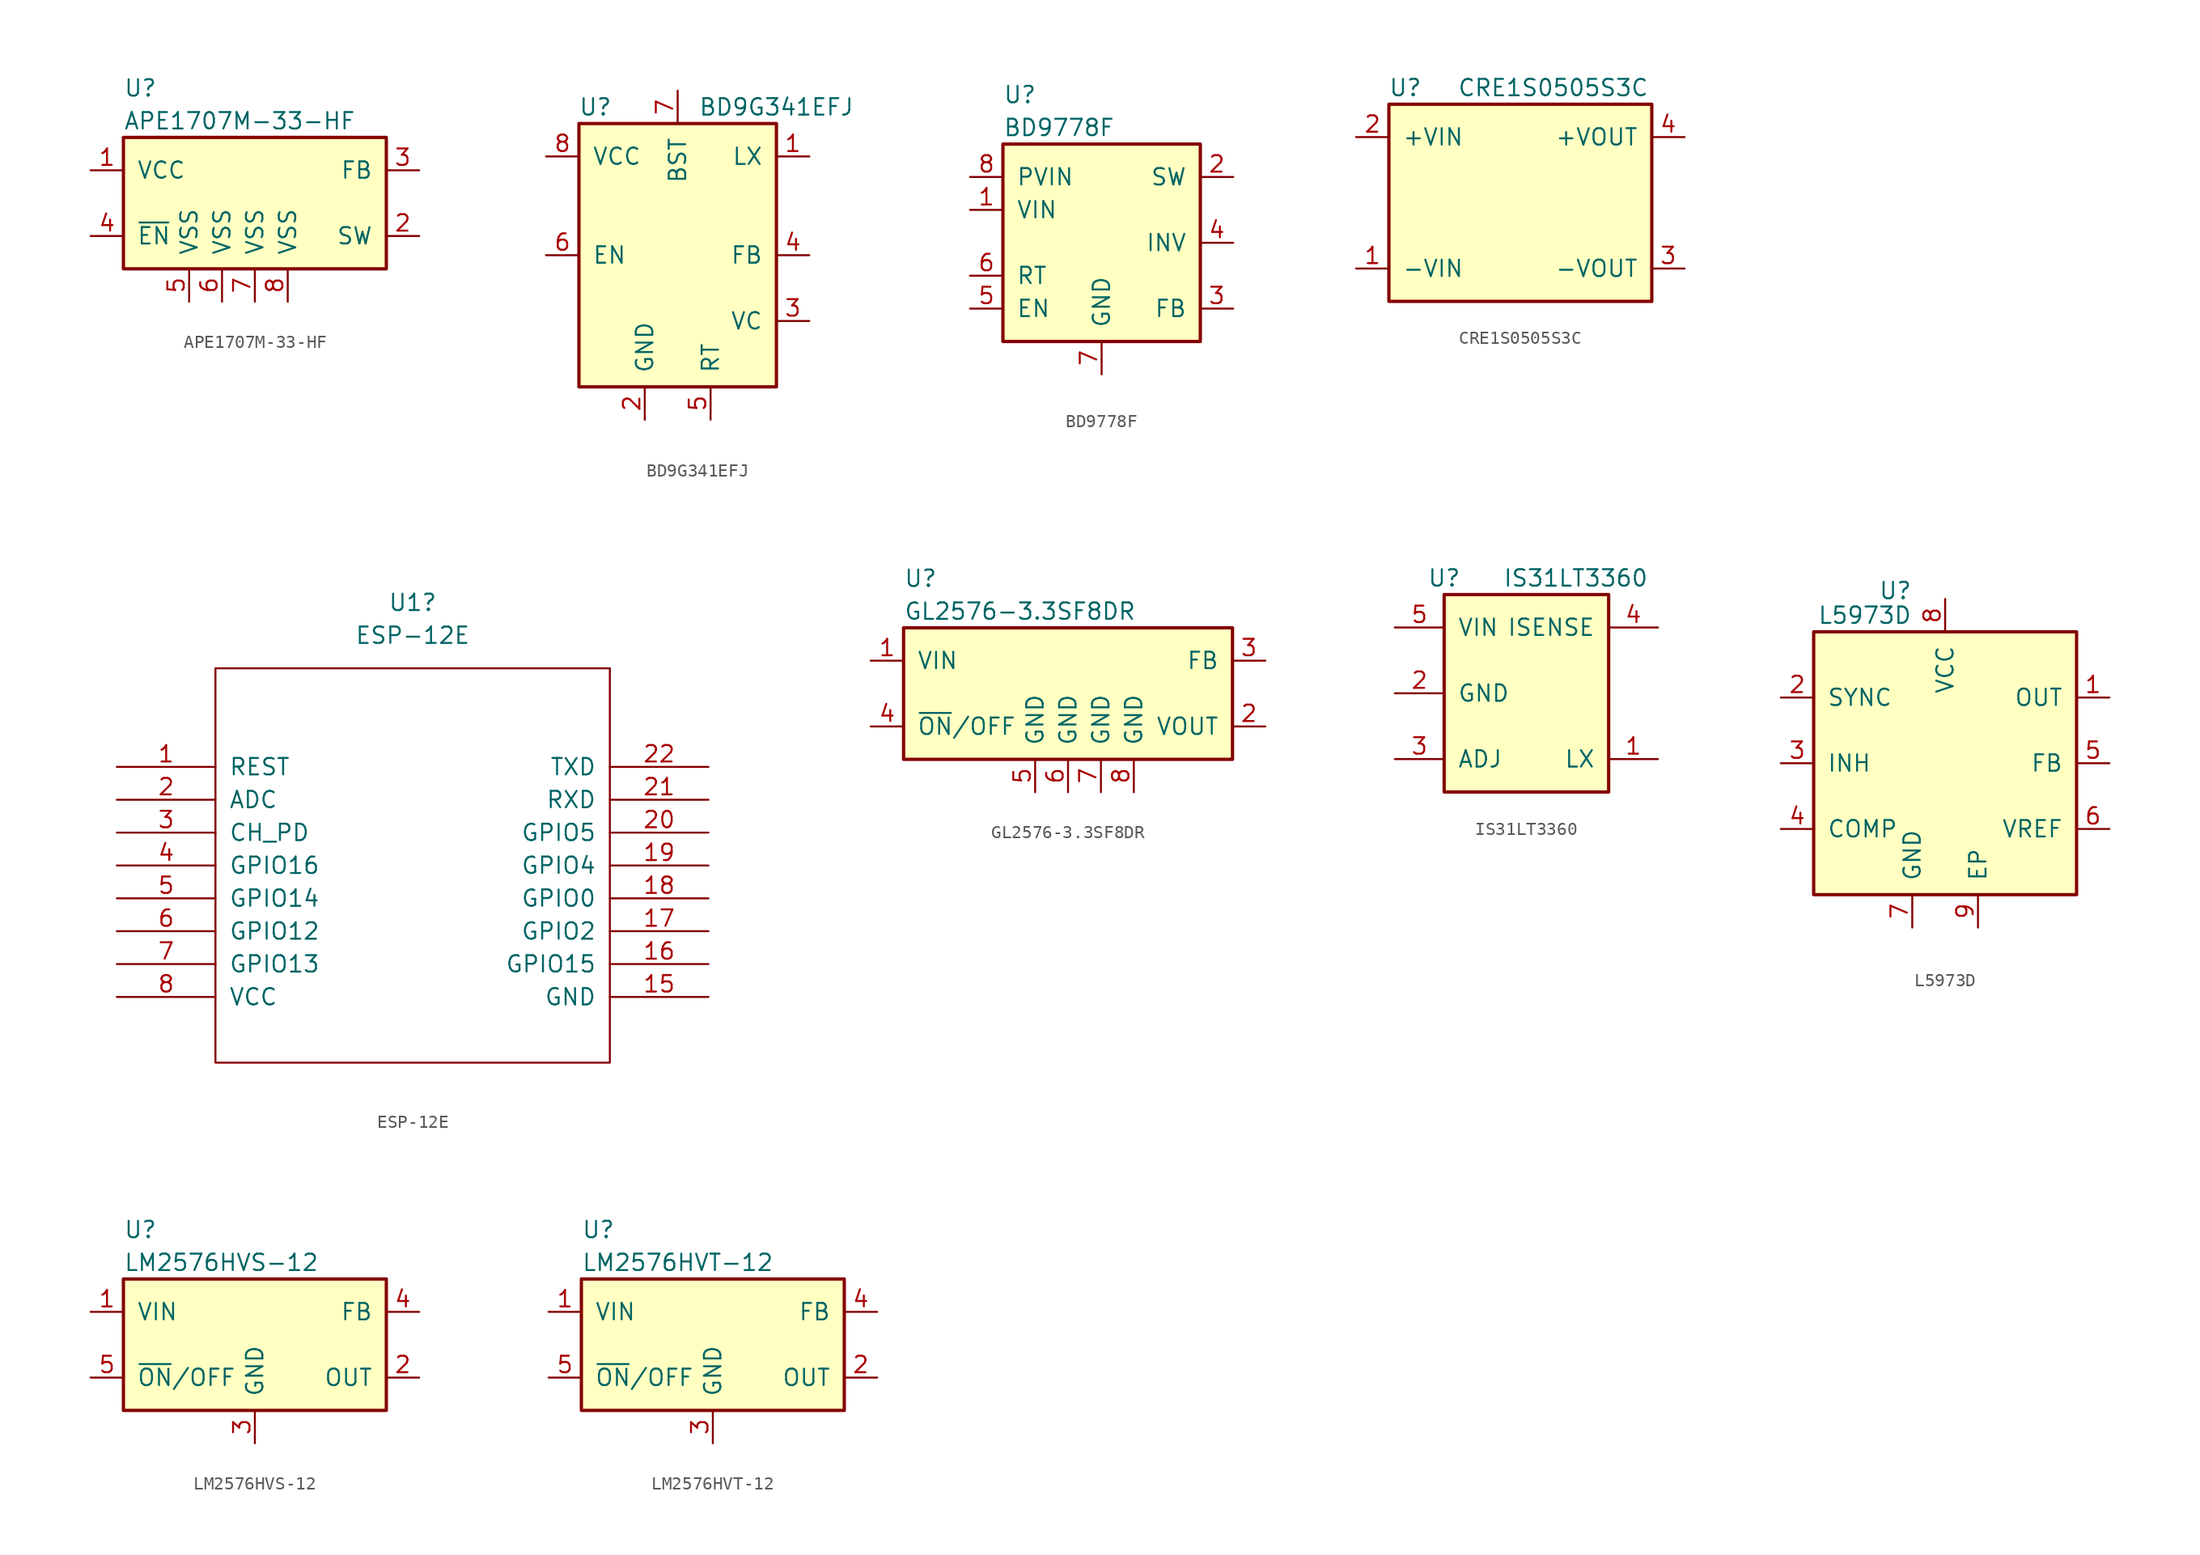
<source format=kicad_sym>
(kicad_symbol_lib
  (version 20211014)
  (generator kicad_symbol_editor)
  (symbol "APE1707M-33-HF"
    (pin_names
      (offset 1.016))
    (property "Reference" "U"
      (at -10.16 8.89 0)
      (effects (font (size 1.27 1.27)) (justify left)))
    (property "Value" "APE1707M-33-HF"
      (at -10.16 6.35 0)
      (effects (font (size 1.27 1.27)) (justify left)))
    (symbol "APE1707M-33-HF_0_1"
      (rectangle (start -10.16 5.08) (end 10.16 -5.08) (stroke (width 0.254) (type default) (color 0 0 0 0)) (fill (type background))))
    (symbol "APE1707M-33-HF_1_1"
      (pin power_in line (at -12.7 2.54 0) (length 2.54) (name "VCC" (effects (font (size 1.27 1.27)))) (number "1" (effects (font (size 1.27 1.27)))))
      (pin output line (at 12.7 -2.54 180) (length 2.54) (name "SW" (effects (font (size 1.27 1.27)))) (number "2" (effects (font (size 1.27 1.27)))))
      (pin input line (at 12.7 2.54 180) (length 2.54) (name "FB" (effects (font (size 1.27 1.27)))) (number "3" (effects (font (size 1.27 1.27)))))
      (pin input line (at -12.7 -2.54 0) (length 2.54) (name "~{EN}" (effects (font (size 1.27 1.27)))) (number "4" (effects (font (size 1.27 1.27)))))
      (pin power_in line (at -5.08 -7.62 90) (length 2.54) (name "VSS" (effects (font (size 1.27 1.27)))) (number "5" (effects (font (size 1.27 1.27)))))
      (pin power_in line (at -2.54 -7.62 90) (length 2.54) (name "VSS" (effects (font (size 1.27 1.27)))) (number "6" (effects (font (size 1.27 1.27)))))
      (pin power_in line (at 0 -7.62 90) (length 2.54) (name "VSS" (effects (font (size 1.27 1.27)))) (number "7" (effects (font (size 1.27 1.27)))))
      (pin power_in line (at 2.54 -7.62 90) (length 2.54) (name "VSS" (effects (font (size 1.27 1.27)))) (number "8" (effects (font (size 1.27 1.27)))))))
  (symbol "BD9G341EFJ"
    (pin_names
      (offset 1.016))
    (property "Reference" "U"
      (at -6.35 11.43 0)
      (effects (font (size 1.27 1.27))))
    (property "Value" "BD9G341EFJ"
      (at 7.62 11.43 0)
      (effects (font (size 1.27 1.27))))
    (symbol "BD9G341EFJ_0_1"
      (rectangle (start -7.62 10.16) (end 7.62 -10.16) (stroke (width 0.254) (type default) (color 0 0 0 0)) (fill (type background))))
    (symbol "BD9G341EFJ_1_1"
      (pin passive line (at 10.16 7.62 180) (length 2.54) (name "LX" (effects (font (size 1.27 1.27)))) (number "1" (effects (font (size 1.27 1.27)))))
      (pin power_in line (at -2.54 -12.7 90) (length 2.54) (name "GND" (effects (font (size 1.27 1.27)))) (number "2" (effects (font (size 1.27 1.27)))))
      (pin output line (at 10.16 -5.08 180) (length 2.54) (name "VC" (effects (font (size 1.27 1.27)))) (number "3" (effects (font (size 1.27 1.27)))))
      (pin input line (at 10.16 0 180) (length 2.54) (name "FB" (effects (font (size 1.27 1.27)))) (number "4" (effects (font (size 1.27 1.27)))))
      (pin input line (at 2.54 -12.7 90) (length 2.54) (name "RT" (effects (font (size 1.27 1.27)))) (number "5" (effects (font (size 1.27 1.27)))))
      (pin input line (at -10.16 0 0) (length 2.54) (name "EN" (effects (font (size 1.27 1.27)))) (number "6" (effects (font (size 1.27 1.27)))))
      (pin input line (at 0 12.7 270) (length 2.54) (name "BST" (effects (font (size 1.27 1.27)))) (number "7" (effects (font (size 1.27 1.27)))))
      (pin power_in line (at -10.16 7.62 0) (length 2.54) (name "VCC" (effects (font (size 1.27 1.27)))) (number "8" (effects (font (size 1.27 1.27)))))))
  (symbol "BD9778F"
    (pin_names
      (offset 1.016))
    (property "Reference" "U"
      (at -7.62 11.43 0)
      (effects (font (size 1.27 1.27)) (justify left)))
    (property "Value" "BD9778F"
      (at -7.62 8.89 0)
      (effects (font (size 1.27 1.27)) (justify left)))
    (symbol "BD9778F_0_1"
      (rectangle (start -7.62 7.62) (end 7.62 -7.62) (stroke (width 0.254) (type default) (color 0 0 0 0)) (fill (type background))))
    (symbol "BD9778F_1_1"
      (pin power_in line (at -10.16 2.54 0) (length 2.54) (name "VIN" (effects (font (size 1.27 1.27)))) (number "1" (effects (font (size 1.27 1.27)))))
      (pin output line (at 10.16 5.08 180) (length 2.54) (name "SW" (effects (font (size 1.27 1.27)))) (number "2" (effects (font (size 1.27 1.27)))))
      (pin passive line (at 10.16 -5.08 180) (length 2.54) (name "FB" (effects (font (size 1.27 1.27)))) (number "3" (effects (font (size 1.27 1.27)))))
      (pin input line (at 10.16 0 180) (length 2.54) (name "INV" (effects (font (size 1.27 1.27)))) (number "4" (effects (font (size 1.27 1.27)))))
      (pin passive line (at -10.16 -5.08 0) (length 2.54) (name "EN" (effects (font (size 1.27 1.27)))) (number "5" (effects (font (size 1.27 1.27)))))
      (pin passive line (at -10.16 -2.54 0) (length 2.54) (name "RT" (effects (font (size 1.27 1.27)))) (number "6" (effects (font (size 1.27 1.27)))))
      (pin power_in line (at 0 -10.16 90) (length 2.54) (name "GND" (effects (font (size 1.27 1.27)))) (number "7" (effects (font (size 1.27 1.27)))))
      (pin power_in line (at -10.16 5.08 0) (length 2.54) (name "PVIN" (effects (font (size 1.27 1.27)))) (number "8" (effects (font (size 1.27 1.27)))))))
  (symbol "CRE1S0505S3C"
    (pin_names
      (offset 1.016))
    (property "Reference" "U"
      (at -8.89 8.89 0)
      (effects (font (size 1.27 1.27))))
    (property "Value" "CRE1S0505S3C"
      (at 2.54 8.89 0)
      (effects (font (size 1.27 1.27))))
    (symbol "CRE1S0505S3C_0_1"
      (rectangle (start -10.16 7.62) (end 10.16 -7.62) (stroke (width 0.254) (type default) (color 0 0 0 0)) (fill (type background))))
    (symbol "CRE1S0505S3C_1_1"
      (pin power_in line (at -12.7 -5.08 0) (length 2.54) (name "-VIN" (effects (font (size 1.27 1.27)))) (number "1" (effects (font (size 1.27 1.27)))))
      (pin power_in line (at -12.7 5.08 0) (length 2.54) (name "+VIN" (effects (font (size 1.27 1.27)))) (number "2" (effects (font (size 1.27 1.27)))))
      (pin power_out line (at 12.7 -5.08 180) (length 2.54) (name "-VOUT" (effects (font (size 1.27 1.27)))) (number "3" (effects (font (size 1.27 1.27)))))
      (pin power_out line (at 12.7 5.08 180) (length 2.54) (name "+VOUT" (effects (font (size 1.27 1.27)))) (number "4" (effects (font (size 1.27 1.27)))))))
  (symbol "ESP-12E"
    (pin_names
      (offset 1.016))
    (property "Reference" "U1"
      (at 0 20.32 0)
      (effects (font (size 1.27 1.27))))
    (property "Value" "ESP-12E"
      (at 0 17.78 0)
      (effects (font (size 1.27 1.27))))
    (symbol "ESP-12E_1_0"
      (rectangle (start -15.24 -15.24) (end 15.24 15.24) (stroke (width 0) (type default) (color 0 0 0 0)) (fill (type none))))
    (symbol "ESP-12E_1_1"
      (pin input line (at -22.86 7.62 0) (length 7.62) (name "REST" (effects (font (size 1.27 1.27)))) (number "1" (effects (font (size 1.27 1.27)))))
      (pin power_in line (at 22.86 -10.16 180) (length 7.62) (name "GND" (effects (font (size 1.27 1.27)))) (number "15" (effects (font (size 1.27 1.27)))))
      (pin bidirectional line (at 22.86 -7.62 180) (length 7.62) (name "GPIO15" (effects (font (size 1.27 1.27)))) (number "16" (effects (font (size 1.27 1.27)))))
      (pin bidirectional line (at 22.86 -5.08 180) (length 7.62) (name "GPIO2" (effects (font (size 1.27 1.27)))) (number "17" (effects (font (size 1.27 1.27)))))
      (pin bidirectional line (at 22.86 -2.54 180) (length 7.62) (name "GPIO0" (effects (font (size 1.27 1.27)))) (number "18" (effects (font (size 1.27 1.27)))))
      (pin bidirectional line (at 22.86 0 180) (length 7.62) (name "GPIO4" (effects (font (size 1.27 1.27)))) (number "19" (effects (font (size 1.27 1.27)))))
      (pin passive line (at -22.86 5.08 0) (length 7.62) (name "ADC" (effects (font (size 1.27 1.27)))) (number "2" (effects (font (size 1.27 1.27)))))
      (pin bidirectional line (at 22.86 2.54 180) (length 7.62) (name "GPIO5" (effects (font (size 1.27 1.27)))) (number "20" (effects (font (size 1.27 1.27)))))
      (pin input line (at 22.86 5.08 180) (length 7.62) (name "RXD" (effects (font (size 1.27 1.27)))) (number "21" (effects (font (size 1.27 1.27)))))
      (pin output line (at 22.86 7.62 180) (length 7.62) (name "TXD" (effects (font (size 1.27 1.27)))) (number "22" (effects (font (size 1.27 1.27)))))
      (pin input line (at -22.86 2.54 0) (length 7.62) (name "CH_PD" (effects (font (size 1.27 1.27)))) (number "3" (effects (font (size 1.27 1.27)))))
      (pin bidirectional line (at -22.86 0 0) (length 7.62) (name "GPIO16" (effects (font (size 1.27 1.27)))) (number "4" (effects (font (size 1.27 1.27)))))
      (pin bidirectional line (at -22.86 -2.54 0) (length 7.62) (name "GPIO14" (effects (font (size 1.27 1.27)))) (number "5" (effects (font (size 1.27 1.27)))))
      (pin bidirectional line (at -22.86 -5.08 0) (length 7.62) (name "GPIO12" (effects (font (size 1.27 1.27)))) (number "6" (effects (font (size 1.27 1.27)))))
      (pin bidirectional line (at -22.86 -7.62 0) (length 7.62) (name "GPIO13" (effects (font (size 1.27 1.27)))) (number "7" (effects (font (size 1.27 1.27)))))
      (pin power_in line (at -22.86 -10.16 0) (length 7.62) (name "VCC" (effects (font (size 1.27 1.27)))) (number "8" (effects (font (size 1.27 1.27)))))))
  (symbol "GL2576-3.3SF8DR"
    (pin_names
      (offset 1.016))
    (property "Reference" "U"
      (at -12.7 8.89 0)
      (effects (font (size 1.27 1.27)) (justify left)))
    (property "Value" "GL2576-3.3SF8DR"
      (at -12.7 6.35 0)
      (effects (font (size 1.27 1.27)) (justify left)))
    (symbol "GL2576-3.3SF8DR_0_1"
      (rectangle (start -12.7 5.08) (end 12.7 -5.08) (stroke (width 0.254) (type default) (color 0 0 0 0)) (fill (type background))))
    (symbol "GL2576-3.3SF8DR_1_1"
      (pin power_in line (at -15.24 2.54 0) (length 2.54) (name "VIN" (effects (font (size 1.27 1.27)))) (number "1" (effects (font (size 1.27 1.27)))))
      (pin passive line (at 15.24 -2.54 180) (length 2.54) (name "VOUT" (effects (font (size 1.27 1.27)))) (number "2" (effects (font (size 1.27 1.27)))))
      (pin passive line (at 15.24 2.54 180) (length 2.54) (name "FB" (effects (font (size 1.27 1.27)))) (number "3" (effects (font (size 1.27 1.27)))))
      (pin input line (at -15.24 -2.54 0) (length 2.54) (name "~{ON}/OFF" (effects (font (size 1.27 1.27)))) (number "4" (effects (font (size 1.27 1.27)))))
      (pin power_in line (at -2.54 -7.62 90) (length 2.54) (name "GND" (effects (font (size 1.27 1.27)))) (number "5" (effects (font (size 1.27 1.27)))))
      (pin power_in line (at 0 -7.62 90) (length 2.54) (name "GND" (effects (font (size 1.27 1.27)))) (number "6" (effects (font (size 1.27 1.27)))))
      (pin power_in line (at 2.54 -7.62 90) (length 2.54) (name "GND" (effects (font (size 1.27 1.27)))) (number "7" (effects (font (size 1.27 1.27)))))
      (pin power_in line (at 5.08 -7.62 90) (length 2.54) (name "GND" (effects (font (size 1.27 1.27)))) (number "8" (effects (font (size 1.27 1.27)))))))
  (symbol "IS31LT3360"
    (pin_names
      (offset 1.016))
    (property "Reference" "U"
      (at -6.35 8.89 0)
      (effects (font (size 1.27 1.27))))
    (property "Value" "IS31LT3360"
      (at 3.81 8.89 0)
      (effects (font (size 1.27 1.27))))
    (symbol "IS31LT3360_0_1"
      (rectangle (start -6.35 7.62) (end 6.35 -7.62) (stroke (width 0.254) (type default) (color 0 0 0 0)) (fill (type background))))
    (symbol "IS31LT3360_1_1"
      (pin open_collector line (at 10.16 -5.08 180) (length 3.81) (name "LX" (effects (font (size 1.27 1.27)))) (number "1" (effects (font (size 1.27 1.27)))))
      (pin power_in line (at -10.16 0 0) (length 3.81) (name "GND" (effects (font (size 1.27 1.27)))) (number "2" (effects (font (size 1.27 1.27)))))
      (pin input line (at -10.16 -5.08 0) (length 3.81) (name "ADJ" (effects (font (size 1.27 1.27)))) (number "3" (effects (font (size 1.27 1.27)))))
      (pin input line (at 10.16 5.08 180) (length 3.81) (name "ISENSE" (effects (font (size 1.27 1.27)))) (number "4" (effects (font (size 1.27 1.27)))))
      (pin power_in line (at -10.16 5.08 0) (length 3.81) (name "VIN" (effects (font (size 1.27 1.27)))) (number "5" (effects (font (size 1.27 1.27)))))))
  (symbol "L5973D"
    (pin_names
      (offset 1.016))
    (property "Reference" "U"
      (at -2.54 13.335 0)
      (effects (font (size 1.27 1.27)) (justify right)))
    (property "Value" "L5973D"
      (at -2.54 11.43 0)
      (effects (font (size 1.27 1.27)) (justify right)))
    (symbol "L5973D_0_1"
      (rectangle (start -10.16 10.16) (end 10.16 -10.16) (stroke (width 0.254) (type default) (color 0 0 0 0)) (fill (type background))))
    (symbol "L5973D_1_1"
      (pin output line (at 12.7 5.08 180) (length 2.54) (name "OUT" (effects (font (size 1.27 1.27)))) (number "1" (effects (font (size 1.27 1.27)))))
      (pin bidirectional line (at -12.7 5.08 0) (length 2.54) (name "SYNC" (effects (font (size 1.27 1.27)))) (number "2" (effects (font (size 1.27 1.27)))))
      (pin input line (at -12.7 0 0) (length 2.54) (name "INH" (effects (font (size 1.27 1.27)))) (number "3" (effects (font (size 1.27 1.27)))))
      (pin passive line (at -12.7 -5.08 0) (length 2.54) (name "COMP" (effects (font (size 1.27 1.27)))) (number "4" (effects (font (size 1.27 1.27)))))
      (pin input line (at 12.7 0 180) (length 2.54) (name "FB" (effects (font (size 1.27 1.27)))) (number "5" (effects (font (size 1.27 1.27)))))
      (pin output line (at 12.7 -5.08 180) (length 2.54) (name "VREF" (effects (font (size 1.27 1.27)))) (number "6" (effects (font (size 1.27 1.27)))))
      (pin power_in line (at -2.54 -12.7 90) (length 2.54) (name "GND" (effects (font (size 1.27 1.27)))) (number "7" (effects (font (size 1.27 1.27)))))
      (pin power_in line (at 0 12.7 270) (length 2.54) (name "VCC" (effects (font (size 1.27 1.27)))) (number "8" (effects (font (size 1.27 1.27)))))
      (pin passive line (at 2.54 -12.7 90) (length 2.54) (name "EP" (effects (font (size 1.27 1.27)))) (number "9" (effects (font (size 1.27 1.27)))))))
  (symbol "LM2576HVS-12"
    (pin_names
      (offset 1.016))
    (property "Reference" "U"
      (at -10.16 8.89 0)
      (effects (font (size 1.27 1.27)) (justify left)))
    (property "Value" "LM2576HVS-12"
      (at -10.16 6.35 0)
      (effects (font (size 1.27 1.27)) (justify left)))
    (symbol "LM2576HVS-12_0_1"
      (rectangle (start -10.16 5.08) (end 10.16 -5.08) (stroke (width 0.254) (type default) (color 0 0 0 0)) (fill (type background))))
    (symbol "LM2576HVS-12_1_1"
      (pin power_in line (at -12.7 2.54 0) (length 2.54) (name "VIN" (effects (font (size 1.27 1.27)))) (number "1" (effects (font (size 1.27 1.27)))))
      (pin output line (at 12.7 -2.54 180) (length 2.54) (name "OUT" (effects (font (size 1.27 1.27)))) (number "2" (effects (font (size 1.27 1.27)))))
      (pin power_in line (at 0 -7.62 90) (length 2.54) (name "GND" (effects (font (size 1.27 1.27)))) (number "3" (effects (font (size 1.27 1.27)))))
      (pin input line (at 12.7 2.54 180) (length 2.54) (name "FB" (effects (font (size 1.27 1.27)))) (number "4" (effects (font (size 1.27 1.27)))))
      (pin input line (at -12.7 -2.54 0) (length 2.54) (name "~{ON}/OFF" (effects (font (size 1.27 1.27)))) (number "5" (effects (font (size 1.27 1.27)))))))
  (symbol "LM2576HVT-12"
    (pin_names
      (offset 1.016))
    (property "Reference" "U"
      (at -10.16 8.89 0)
      (effects (font (size 1.27 1.27)) (justify left)))
    (property "Value" "LM2576HVT-12"
      (at -10.16 6.35 0)
      (effects (font (size 1.27 1.27)) (justify left)))
    (symbol "LM2576HVT-12_0_1"
      (rectangle (start -10.16 5.08) (end 10.16 -5.08) (stroke (width 0.254) (type default) (color 0 0 0 0)) (fill (type background))))
    (symbol "LM2576HVT-12_1_1"
      (pin power_in line (at -12.7 2.54 0) (length 2.54) (name "VIN" (effects (font (size 1.27 1.27)))) (number "1" (effects (font (size 1.27 1.27)))))
      (pin output line (at 12.7 -2.54 180) (length 2.54) (name "OUT" (effects (font (size 1.27 1.27)))) (number "2" (effects (font (size 1.27 1.27)))))
      (pin power_in line (at 0 -7.62 90) (length 2.54) (name "GND" (effects (font (size 1.27 1.27)))) (number "3" (effects (font (size 1.27 1.27)))))
      (pin input line (at 12.7 2.54 180) (length 2.54) (name "FB" (effects (font (size 1.27 1.27)))) (number "4" (effects (font (size 1.27 1.27)))))
      (pin input line (at -12.7 -2.54 0) (length 2.54) (name "~{ON}/OFF" (effects (font (size 1.27 1.27)))) (number "5" (effects (font (size 1.27 1.27))))))))
</source>
